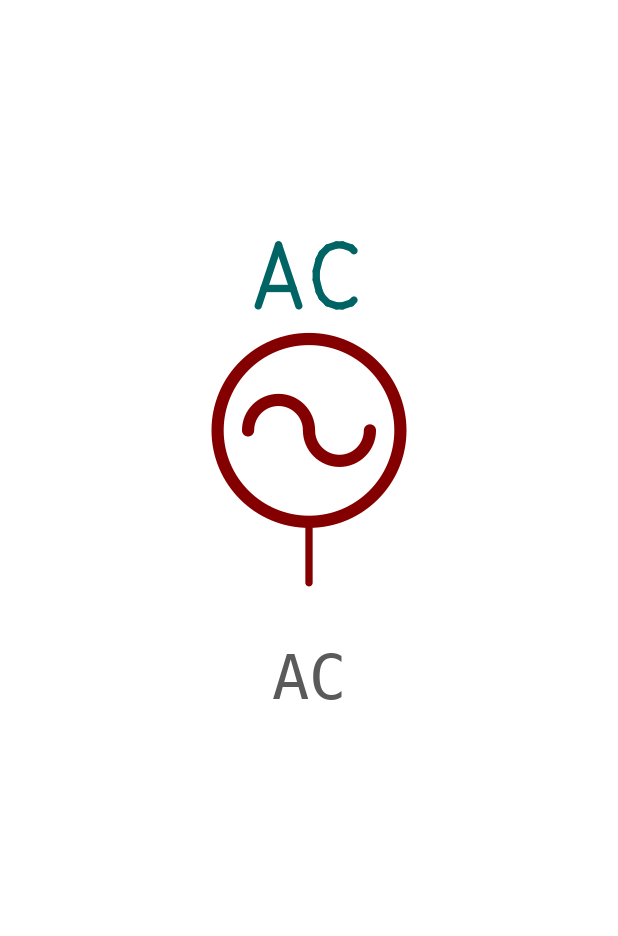
<source format=kicad_sym>
(kicad_symbol_lib
  (version 20211014)
  (generator kicad_symbol_editor)
  (symbol "power1:AC"
    (power)
    (pin_names
      (offset 0))
    (property "Reference" "#PWR"
      (at 0 -2.54 0)
      (effects (font (size 1.27 1.27)) hide))
    (property "Value" "AC"
      (at 0 6.35 0)
      (effects (font (size 1.27 1.27))))
    (symbol "AC_0_1"
      (polyline (pts (xy 0 0) (xy 0 1.27)) (stroke (width 0) (type default) (color 0 0 0 0)) (fill (type none)))
      (arc (start 0 3.175) (mid -0.635 3.81) (end -1.27 3.175) (stroke (width 0.254) (type default) (color 0 0 0 0)) (fill (type none)))
      (arc (start 0 3.175) (mid 0.635 2.54) (end 1.27 3.175) (stroke (width 0.254) (type default) (color 0 0 0 0)) (fill (type none)))
      (circle (center 0 3.175) (radius 1.905) (stroke (width 0.254) (type default) (color 0 0 0 0)) (fill (type none))))
    (symbol "AC_1_1"
      (pin power_in line (at 0 0 90) (length 0) hide (name "AC" (effects (font (size 1.27 1.27)))) (number "1" (effects (font (size 1.27 1.27))))))))
</source>
